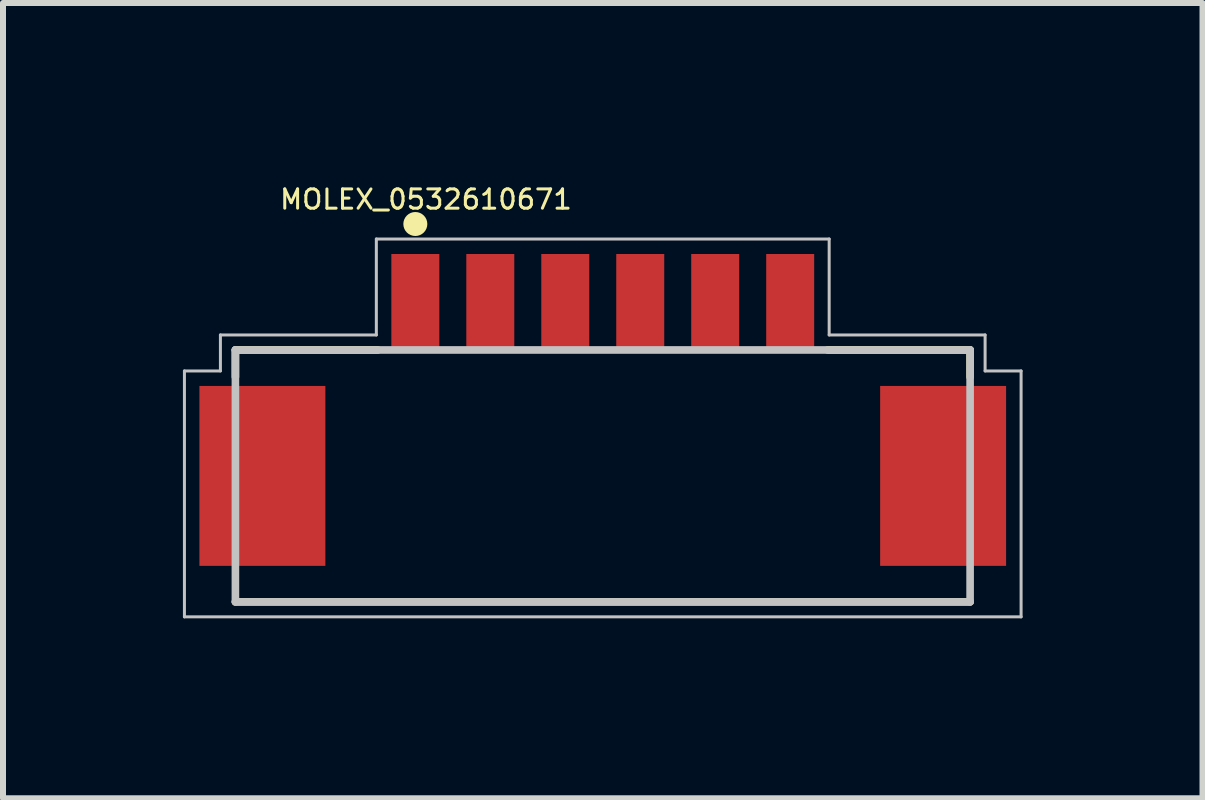
<source format=kicad_pcb>
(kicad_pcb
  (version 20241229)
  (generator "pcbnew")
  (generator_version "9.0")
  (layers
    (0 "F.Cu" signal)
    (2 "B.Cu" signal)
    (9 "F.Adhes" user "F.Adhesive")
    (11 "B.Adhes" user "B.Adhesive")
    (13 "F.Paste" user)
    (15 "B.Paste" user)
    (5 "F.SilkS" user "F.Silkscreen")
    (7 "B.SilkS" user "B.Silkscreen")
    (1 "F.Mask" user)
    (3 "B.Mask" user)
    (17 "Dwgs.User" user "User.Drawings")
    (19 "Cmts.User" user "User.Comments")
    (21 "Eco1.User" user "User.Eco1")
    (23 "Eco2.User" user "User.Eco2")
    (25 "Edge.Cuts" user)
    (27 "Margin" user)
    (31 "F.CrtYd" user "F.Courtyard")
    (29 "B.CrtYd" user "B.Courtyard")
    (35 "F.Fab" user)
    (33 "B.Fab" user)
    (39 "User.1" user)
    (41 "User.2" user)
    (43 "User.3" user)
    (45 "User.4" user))
  (footprint "MOLEX_0532610671"
    (layer "F.Cu")
    (at 7 1.985)
    (property "Reference" "MOLEX_0532610671" (at -2.948 -1.71 0) (layer "F.SilkS") (effects (font (size 0.321 0.321) (thickness 0.05))))
    (attr smd)
    (fp_line (start -6.125 0.8) (end -6.125 1.25) (stroke (width 0.127) (type solid)) (layer "F.SilkS"))
    (fp_line (start -6.125 0.8) (end -3.75 0.8) (stroke (width 0.127) (type solid)) (layer "F.SilkS"))
    (fp_line (start -6.125 5) (end 6.125 5) (stroke (width 0.127) (type solid)) (layer "F.SilkS"))
    (fp_line (start 3.75 0.8) (end 6.125 0.8) (stroke (width 0.127) (type solid)) (layer "F.SilkS"))
    (fp_line (start 6.125 0.8) (end 6.125 1.25) (stroke (width 0.127) (type solid)) (layer "F.SilkS"))
    (fp_circle (center -3.125 -1.3) (end -3.025 -1.3) (stroke (width 0.2) (type solid)) (fill no) (layer "F.SilkS"))
    (fp_line (start -6.975 1.15) (end -6.375 1.15) (stroke (width 0.05) (type solid)) (layer "Dwgs.User"))
    (fp_line (start -6.975 5.25) (end -6.975 1.15) (stroke (width 0.05) (type solid)) (layer "Dwgs.User"))
    (fp_line (start -6.375 0.55) (end -3.775 0.55) (stroke (width 0.05) (type solid)) (layer "Dwgs.User"))
    (fp_line (start -6.375 1.15) (end -6.375 0.55) (stroke (width 0.05) (type solid)) (layer "Dwgs.User"))
    (fp_line (start -6.125 0.8) (end -6.125 5) (stroke (width 0.127) (type solid)) (layer "Dwgs.User"))
    (fp_line (start -6.125 5) (end 6.125 5) (stroke (width 0.127) (type solid)) (layer "Dwgs.User"))
    (fp_line (start -3.775 -1.05) (end 3.775 -1.05) (stroke (width 0.05) (type solid)) (layer "Dwgs.User"))
    (fp_line (start -3.775 0.55) (end -3.775 -1.05) (stroke (width 0.05) (type solid)) (layer "Dwgs.User"))
    (fp_line (start 3.775 -1.05) (end 3.775 0.55) (stroke (width 0.05) (type solid)) (layer "Dwgs.User"))
    (fp_line (start 3.775 0.55) (end 6.375 0.55) (stroke (width 0.05) (type solid)) (layer "Dwgs.User"))
    (fp_line (start 6.125 0.8) (end -6.125 0.8) (stroke (width 0.127) (type solid)) (layer "Dwgs.User"))
    (fp_line (start 6.125 5) (end 6.125 0.8) (stroke (width 0.127) (type solid)) (layer "Dwgs.User"))
    (fp_line (start 6.375 0.55) (end 6.375 1.15) (stroke (width 0.05) (type solid)) (layer "Dwgs.User"))
    (fp_line (start 6.375 1.15) (end 6.975 1.15) (stroke (width 0.05) (type solid)) (layer "Dwgs.User"))
    (fp_line (start 6.975 1.15) (end 6.975 5.25) (stroke (width 0.05) (type solid)) (layer "Dwgs.User"))
    (fp_line (start 6.975 5.25) (end -6.975 5.25) (stroke (width 0.05) (type solid)) (layer "Dwgs.User"))
    (pad "1" smd rect (at -3.125 0 90) (size 1.6 0.8) (layers "F.Cu" "F.Mask" "F.Paste"))
    (pad "2" smd rect (at -1.875 0 90) (size 1.6 0.8) (layers "F.Cu" "F.Mask" "F.Paste"))
    (pad "3" smd rect (at -0.625 0 90) (size 1.6 0.8) (layers "F.Cu" "F.Mask" "F.Paste"))
    (pad "4" smd rect (at 0.625 0 90) (size 1.6 0.8) (layers "F.Cu" "F.Mask" "F.Paste"))
    (pad "5" smd rect (at 1.875 0 90) (size 1.6 0.8) (layers "F.Cu" "F.Mask" "F.Paste"))
    (pad "6" smd rect (at 3.125 0 90) (size 1.6 0.8) (layers "F.Cu" "F.Mask" "F.Paste"))
    (pad "S1" smd rect (at -5.675 2.9 90) (size 3 2.1) (layers "F.Cu" "F.Mask" "F.Paste"))
    (pad "S2" smd rect (at 5.675 2.9 90) (size 3 2.1) (layers "F.Cu" "F.Mask" "F.Paste")))
  (gr_rect
    (start -3 -3)
    (end 17 10.26)
    (stroke (width 0.1) (type default))
    (fill no)
    (layer "Edge.Cuts")))
</source>
